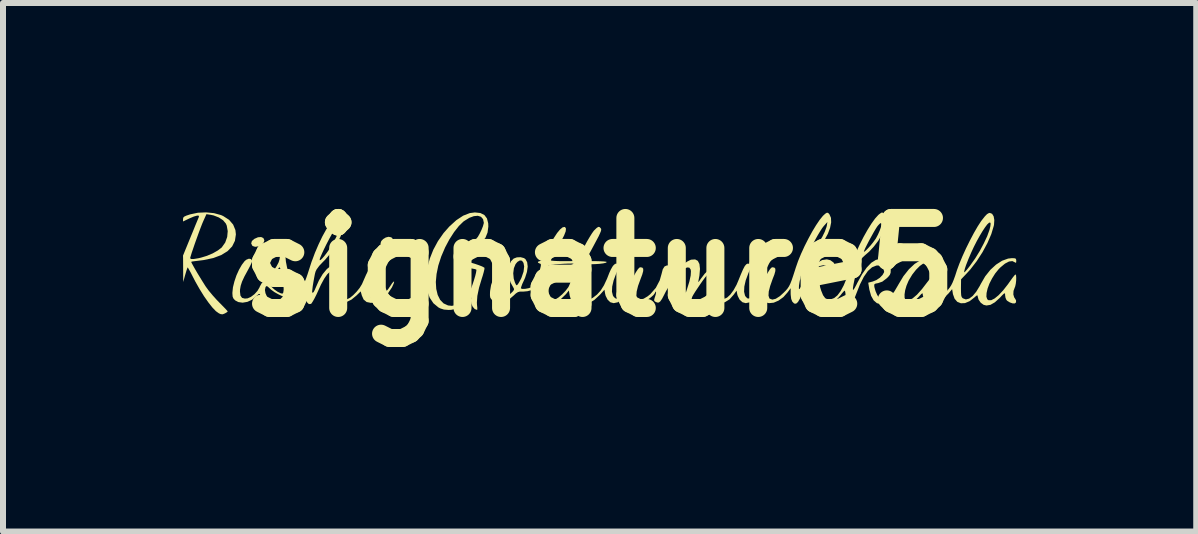
<source format=kicad_pcb>
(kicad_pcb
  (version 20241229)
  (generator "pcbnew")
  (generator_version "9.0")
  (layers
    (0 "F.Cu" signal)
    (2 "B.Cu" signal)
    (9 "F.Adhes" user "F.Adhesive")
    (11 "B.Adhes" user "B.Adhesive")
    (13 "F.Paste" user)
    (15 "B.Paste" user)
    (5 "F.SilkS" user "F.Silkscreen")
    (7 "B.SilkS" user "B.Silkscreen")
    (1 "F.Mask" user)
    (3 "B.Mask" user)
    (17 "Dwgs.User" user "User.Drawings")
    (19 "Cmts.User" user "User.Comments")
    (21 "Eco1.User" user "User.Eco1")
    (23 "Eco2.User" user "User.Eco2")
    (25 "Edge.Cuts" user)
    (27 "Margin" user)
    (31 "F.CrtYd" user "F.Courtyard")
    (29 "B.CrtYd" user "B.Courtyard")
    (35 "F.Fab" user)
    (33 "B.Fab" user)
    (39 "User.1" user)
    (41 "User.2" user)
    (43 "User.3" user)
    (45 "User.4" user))
  (footprint "signature5"
    (layer "F.Cu")
    (at 6.943 1.404)
    (property "Reference" "signature5" (at 0 0 0) (layer "F.SilkS") (effects (font (size 1.5 1.5) (thickness 0.3))))
    (attr board_only exclude_from_pos_files exclude_from_bom)
    (fp_poly (pts (xy -5.604 -0.487) (xy -5.588 -0.451) (xy -5.588 -0.445) (xy -5.603 -0.404) (xy -5.641 -0.37) (xy -5.69 -0.348) (xy -5.741 -0.341) (xy -5.782 -0.354) (xy -5.788 -0.359) (xy -5.807 -0.397) (xy -5.795 -0.438) (xy -5.753 -0.474) (xy -5.694 -0.5) (xy -5.642 -0.504)) (stroke (width 0) (type solid)) (fill yes) (layer "F.SilkS"))
    (fp_poly (pts (xy -3.476 -0.5) (xy -3.458 -0.488) (xy -3.439 -0.453) (xy -3.45 -0.415) (xy -3.479 -0.38) (xy -3.526 -0.35) (xy -3.578 -0.339) (xy -3.624 -0.35) (xy -3.64 -0.363) (xy -3.652 -0.399) (xy -3.639 -0.437) (xy -3.607 -0.471) (xy -3.565 -0.496) (xy -3.518 -0.508)) (stroke (width 0) (type solid)) (fill yes) (layer "F.SilkS"))
    (fp_poly (pts (xy -6.428 -0.902) (xy -6.31 -0.87) (xy -6.274 -0.854) (xy -6.176 -0.791) (xy -6.108 -0.712) (xy -6.07 -0.62) (xy -6.062 -0.548) (xy -6.078 -0.441) (xy -6.124 -0.348) (xy -6.2 -0.269) (xy -6.305 -0.204) (xy -6.438 -0.154) (xy -6.6 -0.12) (xy -6.688 -0.109) (xy -6.747 -0.102) (xy -6.789 -0.096) (xy -6.807 -0.09) (xy -6.807 -0.09) (xy -6.799 -0.071) (xy -6.776 -0.029) (xy -6.743 0.03) (xy -6.703 0.098) (xy -6.659 0.17) (xy -6.616 0.24) (xy -6.577 0.302) (xy -6.564 0.322) (xy -6.515 0.389) (xy -6.45 0.467) (xy -6.38 0.545) (xy -6.338 0.588) (xy -6.283 0.644) (xy -6.238 0.69) (xy -6.208 0.723) (xy -6.198 0.736) (xy -6.211 0.749) (xy -6.243 0.768) (xy -6.245 0.769) (xy -6.282 0.784) (xy -6.315 0.781) (xy -6.346 0.767) (xy -6.395 0.732) (xy -6.455 0.669) (xy -6.522 0.584) (xy -6.594 0.481) (xy -6.667 0.363) (xy -6.739 0.236) (xy -6.781 0.155) (xy -6.814 0.09) (xy -6.842 0.04) (xy -6.86 0.009) (xy -6.867 0.003) (xy -6.874 0.021) (xy -6.888 0.063) (xy -6.905 0.121) (xy -6.907 0.127) (xy -6.94 0.246) (xy -6.941 0.025) (xy -6.942 -0.15) (xy -6.824 -0.15) (xy -6.808 -0.138) (xy -6.762 -0.138) (xy -6.684 -0.151) (xy -6.642 -0.161) (xy -6.544 -0.191) (xy -6.447 -0.232) (xy -6.363 -0.28) (xy -6.3 -0.328) (xy -6.296 -0.333) (xy -6.24 -0.412) (xy -6.207 -0.505) (xy -6.198 -0.602) (xy -6.214 -0.693) (xy -6.229 -0.728) (xy -6.275 -0.783) (xy -6.346 -0.83) (xy -6.433 -0.864) (xy -6.481 -0.874) (xy -6.553 -0.885) (xy -6.604 -0.772) (xy -6.624 -0.725) (xy -6.65 -0.658) (xy -6.68 -0.578) (xy -6.712 -0.489) (xy -6.744 -0.4) (xy -6.773 -0.315) (xy -6.798 -0.242) (xy -6.815 -0.186) (xy -6.824 -0.154) (xy -6.824 -0.15) (xy -6.942 -0.15) (xy -6.943 -0.195) (xy -6.815 -0.508) (xy -6.775 -0.605) (xy -6.74 -0.692) (xy -6.71 -0.764) (xy -6.689 -0.815) (xy -6.678 -0.841) (xy -6.678 -0.842) (xy -6.68 -0.86) (xy -6.708 -0.861) (xy -6.761 -0.846) (xy -6.834 -0.815) (xy -6.837 -0.814) (xy -6.943 -0.763) (xy -6.943 -0.805) (xy -6.939 -0.827) (xy -6.923 -0.844) (xy -6.889 -0.86) (xy -6.829 -0.88) (xy -6.823 -0.882) (xy -6.694 -0.909) (xy -6.559 -0.915)) (stroke (width 0) (type solid)) (fill yes) (layer "F.SilkS"))
    (fp_poly (pts (xy -1.988 -0.904) (xy -1.921 -0.871) (xy -1.878 -0.814) (xy -1.857 -0.732) (xy -1.855 -0.679) (xy -1.868 -0.579) (xy -1.903 -0.492) (xy -1.958 -0.426) (xy -1.968 -0.418) (xy -2.01 -0.398) (xy -2.048 -0.397) (xy -2.074 -0.412) (xy -2.081 -0.437) (xy -2.063 -0.469) (xy -2.055 -0.476) (xy -2.029 -0.508) (xy -1.999 -0.561) (xy -1.969 -0.623) (xy -1.945 -0.683) (xy -1.932 -0.73) (xy -1.93 -0.742) (xy -1.943 -0.802) (xy -1.977 -0.841) (xy -2.03 -0.858) (xy -2.096 -0.852) (xy -2.172 -0.824) (xy -2.254 -0.773) (xy -2.27 -0.762) (xy -2.346 -0.688) (xy -2.426 -0.586) (xy -2.505 -0.463) (xy -2.575 -0.331) (xy -2.641 -0.177) (xy -2.689 -0.028) (xy -2.718 0.113) (xy -2.73 0.244) (xy -2.723 0.361) (xy -2.699 0.461) (xy -2.658 0.543) (xy -2.601 0.602) (xy -2.527 0.636) (xy -2.464 0.643) (xy -2.379 0.627) (xy -2.298 0.577) (xy -2.224 0.496) (xy -2.158 0.387) (xy -2.138 0.341) (xy -2.116 0.28) (xy -2.094 0.213) (xy -2.074 0.147) (xy -2.06 0.09) (xy -2.054 0.051) (xy -2.055 0.039) (xy -2.079 0.03) (xy -2.126 0.021) (xy -2.186 0.013) (xy -2.248 0.009) (xy -2.3 0.008) (xy -2.324 0.01) (xy -2.37 0.013) (xy -2.385 0.002) (xy -2.374 -0.028) (xy -2.362 -0.046) (xy -2.329 -0.078) (xy -2.282 -0.093) (xy -2.218 -0.091) (xy -2.132 -0.073) (xy -2.08 -0.058) (xy -2.013 -0.035) (xy -1.959 -0.014) (xy -1.926 0.004) (xy -1.919 0.01) (xy -1.921 0.035) (xy -1.932 0.082) (xy -1.95 0.145) (xy -1.962 0.181) (xy -2.01 0.341) (xy -2.038 0.476) (xy -2.046 0.587) (xy -2.044 0.627) (xy -2.039 0.675) (xy -2.04 0.705) (xy -2.042 0.711) (xy -2.082 0.696) (xy -2.116 0.657) (xy -2.139 0.605) (xy -2.146 0.55) (xy -2.143 0.531) (xy -2.139 0.509) (xy -2.146 0.506) (xy -2.166 0.523) (xy -2.206 0.563) (xy -2.207 0.563) (xy -2.294 0.64) (xy -2.379 0.687) (xy -2.471 0.709) (xy -2.518 0.711) (xy -2.595 0.705) (xy -2.657 0.685) (xy -2.687 0.669) (xy -2.77 0.6) (xy -2.831 0.509) (xy -2.871 0.401) (xy -2.891 0.277) (xy -2.89 0.142) (xy -2.87 0.000031) (xy -2.83 -0.146) (xy -2.772 -0.292) (xy -2.695 -0.435) (xy -2.601 -0.57) (xy -2.506 -0.678) (xy -2.388 -0.785) (xy -2.274 -0.86) (xy -2.164 -0.903) (xy -2.079 -0.914)) (stroke (width 0) (type solid)) (fill yes) (layer "F.SilkS"))
    (fp_poly (pts (xy -4.272 -0.894) (xy -4.258 -0.874) (xy -4.252 -0.838) (xy -4.253 -0.778) (xy -4.254 -0.754) (xy -4.275 -0.634) (xy -4.322 -0.503) (xy -4.391 -0.37) (xy -4.477 -0.241) (xy -4.577 -0.123) (xy -4.614 -0.086) (xy -4.673 -0.024) (xy -4.717 0.036) (xy -4.734 0.071) (xy -4.745 0.111) (xy -4.757 0.173) (xy -4.77 0.246) (xy -4.782 0.32) (xy -4.789 0.382) (xy -4.792 0.419) (xy -4.779 0.423) (xy -4.777 0.423) (xy -4.764 0.409) (xy -4.745 0.372) (xy -4.733 0.343) (xy -4.679 0.221) (xy -4.616 0.115) (xy -4.547 0.031) (xy -4.476 -0.027) (xy -4.446 -0.043) (xy -4.38 -0.064) (xy -4.329 -0.061) (xy -4.282 -0.034) (xy -4.266 -0.018) (xy -4.234 0.02) (xy -4.22 0.06) (xy -4.216 0.115) (xy -4.223 0.182) (xy -4.242 0.262) (xy -4.259 0.312) (xy -4.289 0.406) (xy -4.298 0.475) (xy -4.286 0.518) (xy -4.253 0.536) (xy -4.205 0.531) (xy -4.161 0.509) (xy -4.107 0.465) (xy -4.051 0.408) (xy -4 0.345) (xy -3.963 0.285) (xy -3.956 0.27) (xy -3.892 0.124) (xy -3.834 0.01) (xy -3.783 -0.073) (xy -3.737 -0.126) (xy -3.696 -0.148) (xy -3.676 -0.149) (xy -3.651 -0.132) (xy -3.647 -0.096) (xy -3.665 -0.038) (xy -3.705 0.043) (xy -3.725 0.078) (xy -3.79 0.205) (xy -3.831 0.312) (xy -3.847 0.399) (xy -3.838 0.466) (xy -3.816 0.5) (xy -3.771 0.523) (xy -3.715 0.519) (xy -3.652 0.489) (xy -3.587 0.437) (xy -3.525 0.365) (xy -3.494 0.32) (xy -3.457 0.264) (xy -3.433 0.238) (xy -3.424 0.241) (xy -3.433 0.273) (xy -3.46 0.332) (xy -3.46 0.333) (xy -3.523 0.428) (xy -3.601 0.506) (xy -3.687 0.561) (xy -3.777 0.59) (xy -3.814 0.593) (xy -3.883 0.579) (xy -3.933 0.538) (xy -3.963 0.471) (xy -3.982 0.402) (xy -4.053 0.471) (xy -4.136 0.539) (xy -4.217 0.579) (xy -4.292 0.589) (xy -4.358 0.569) (xy -4.375 0.558) (xy -4.408 0.515) (xy -4.42 0.456) (xy -4.41 0.375) (xy -4.394 0.315) (xy -4.374 0.229) (xy -4.369 0.155) (xy -4.378 0.099) (xy -4.401 0.068) (xy -4.401 0.068) (xy -4.446 0.057) (xy -4.491 0.072) (xy -4.539 0.116) (xy -4.589 0.188) (xy -4.645 0.291) (xy -4.683 0.375) (xy -4.72 0.456) (xy -4.755 0.525) (xy -4.785 0.577) (xy -4.805 0.606) (xy -4.809 0.61) (xy -4.845 0.614) (xy -4.874 0.587) (xy -4.895 0.532) (xy -4.907 0.453) (xy -4.908 0.448) (xy -4.915 0.339) (xy -4.972 0.389) (xy -5.024 0.426) (xy -5.081 0.454) (xy -5.092 0.458) (xy -5.157 0.494) (xy -5.19 0.531) (xy -5.246 0.589) (xy -5.32 0.627) (xy -5.404 0.643) (xy -5.488 0.636) (xy -5.548 0.611) (xy -5.604 0.567) (xy -5.642 0.516) (xy -5.656 0.47) (xy -5.662 0.444) (xy -5.683 0.447) (xy -5.72 0.479) (xy -5.725 0.485) (xy -5.792 0.54) (xy -5.869 0.576) (xy -5.949 0.59) (xy -6.021 0.58) (xy -6.074 0.552) (xy -6.102 0.522) (xy -6.116 0.49) (xy -6.12 0.442) (xy -6.12 0.421) (xy -6.111 0.334) (xy -6.087 0.237) (xy -6.053 0.136) (xy -6.01 0.041) (xy -5.963 -0.041) (xy -5.916 -0.103) (xy -5.888 -0.126) (xy -5.845 -0.143) (xy -5.81 -0.137) (xy -5.792 -0.112) (xy -5.791 -0.104) (xy -5.799 -0.077) (xy -5.821 -0.03) (xy -5.852 0.029) (xy -5.864 0.051) (xy -5.92 0.154) (xy -5.959 0.238) (xy -5.982 0.308) (xy -5.993 0.372) (xy -5.994 0.406) (xy -5.986 0.472) (xy -5.959 0.51) (xy -5.912 0.522) (xy -5.867 0.518) (xy -5.812 0.494) (xy -5.753 0.449) (xy -5.702 0.393) (xy -5.694 0.379) (xy -5.578 0.379) (xy -5.569 0.432) (xy -5.537 0.504) (xy -5.491 0.552) (xy -5.435 0.574) (xy -5.377 0.568) (xy -5.322 0.531) (xy -5.278 0.487) (xy -5.359 0.448) (xy -5.419 0.414) (xy -5.477 0.372) (xy -5.495 0.355) (xy -5.53 0.323) (xy -5.549 0.313) (xy -5.562 0.322) (xy -5.569 0.334) (xy -5.578 0.379) (xy -5.694 0.379) (xy -5.668 0.335) (xy -5.663 0.321) (xy -5.63 0.262) (xy -5.612 0.247) (xy -5.52 0.247) (xy -5.506 0.282) (xy -5.471 0.325) (xy -5.421 0.37) (xy -5.367 0.408) (xy -5.316 0.433) (xy -5.287 0.44) (xy -5.273 0.424) (xy -5.266 0.376) (xy -5.266 0.36) (xy -5.269 0.313) (xy -5.277 0.252) (xy -5.287 0.183) (xy -5.3 0.115) (xy -5.313 0.057) (xy -5.324 0.016) (xy -5.333 0.000035) (xy -5.333 0.000033) (xy -5.347 0.013) (xy -5.373 0.046) (xy -5.4 0.084) (xy -5.436 0.135) (xy -5.471 0.178) (xy -5.489 0.197) (xy -5.513 0.227) (xy -5.52 0.247) (xy -5.612 0.247) (xy -5.575 0.215) (xy -5.529 0.176) (xy -5.478 0.118) (xy -5.428 0.05) (xy -5.383 -0.019) (xy -5.35 -0.082) (xy -5.335 -0.131) (xy -5.334 -0.14) (xy -5.325 -0.2) (xy -5.3 -0.24) (xy -5.266 -0.254) (xy -5.247 -0.25) (xy -5.238 -0.231) (xy -5.235 -0.19) (xy -5.235 -0.164) (xy -5.228 -0.091) (xy -5.21 -0.00004) (xy -5.19 0.069) (xy -5.156 0.197) (xy -5.142 0.314) (xy -5.141 0.326) (xy -5.138 0.384) (xy -5.131 0.425) (xy -5.122 0.44) (xy -5.087 0.428) (xy -5.04 0.398) (xy -4.991 0.357) (xy -4.954 0.316) (xy -4.928 0.271) (xy -4.898 0.202) (xy -4.868 0.117) (xy -4.851 0.064) (xy -4.801 -0.091) (xy -4.784 -0.135) (xy -4.665 -0.135) (xy -4.664 -0.117) (xy -4.648 -0.123) (xy -4.621 -0.149) (xy -4.585 -0.191) (xy -4.544 -0.245) (xy -4.501 -0.307) (xy -4.46 -0.372) (xy -4.424 -0.436) (xy -4.376 -0.532) (xy -4.342 -0.613) (xy -4.32 -0.675) (xy -4.311 -0.717) (xy -4.315 -0.738) (xy -4.333 -0.733) (xy -4.365 -0.702) (xy -4.394 -0.665) (xy -4.424 -0.62) (xy -4.462 -0.554) (xy -4.506 -0.474) (xy -4.551 -0.388) (xy -4.593 -0.303) (xy -4.628 -0.227) (xy -4.654 -0.167) (xy -4.665 -0.135) (xy -4.784 -0.135) (xy -4.745 -0.24) (xy -4.684 -0.382) (xy -4.622 -0.512) (xy -4.558 -0.628) (xy -4.496 -0.728) (xy -4.436 -0.808) (xy -4.381 -0.866) (xy -4.331 -0.899) (xy -4.29 -0.904)) (stroke (width 0) (type solid)) (fill yes) (layer "F.SilkS"))
    (fp_poly (pts (xy 4.73 -0.896) (xy 4.735 -0.889) (xy 4.753 -0.842) (xy 4.757 -0.774) (xy 4.749 -0.694) (xy 4.729 -0.611) (xy 4.7 -0.539) (xy 4.644 -0.443) (xy 4.571 -0.347) (xy 4.492 -0.261) (xy 4.425 -0.203) (xy 4.38 -0.161) (xy 4.342 -0.106) (xy 4.309 -0.033) (xy 4.279 0.065) (xy 4.25 0.191) (xy 4.249 0.195) (xy 4.23 0.287) (xy 4.221 0.346) (xy 4.221 0.375) (xy 4.232 0.373) (xy 4.252 0.341) (xy 4.284 0.281) (xy 4.293 0.262) (xy 4.372 0.118) (xy 4.45 0.006) (xy 4.527 -0.075) (xy 4.603 -0.123) (xy 4.676 -0.138) (xy 4.746 -0.121) (xy 4.796 -0.086) (xy 4.832 -0.049) (xy 4.848 -0.011) (xy 4.851 0.042) (xy 4.849 0.091) (xy 4.836 0.126) (xy 4.807 0.162) (xy 4.78 0.187) (xy 4.71 0.24) (xy 4.64 0.264) (xy 4.639 0.264) (xy 4.595 0.273) (xy 4.577 0.286) (xy 4.576 0.313) (xy 4.58 0.336) (xy 4.598 0.399) (xy 4.624 0.459) (xy 4.654 0.507) (xy 4.683 0.531) (xy 4.683 0.531) (xy 4.74 0.541) (xy 4.797 0.524) (xy 4.853 0.478) (xy 4.912 0.402) (xy 4.975 0.295) (xy 4.978 0.289) (xy 5.062 0.149) (xy 5.154 0.033) (xy 5.25 -0.057) (xy 5.349 -0.118) (xy 5.448 -0.149) (xy 5.491 -0.152) (xy 5.556 -0.144) (xy 5.614 -0.121) (xy 5.653 -0.09) (xy 5.662 -0.075) (xy 5.672 -0.026) (xy 5.669 0.025) (xy 5.654 0.062) (xy 5.652 0.064) (xy 5.62 0.085) (xy 5.598 0.074) (xy 5.588 0.033) (xy 5.588 0.018) (xy 5.578 -0.046) (xy 5.551 -0.086) (xy 5.51 -0.101) (xy 5.458 -0.095) (xy 5.399 -0.067) (xy 5.336 -0.022) (xy 5.272 0.042) (xy 5.21 0.121) (xy 5.154 0.214) (xy 5.145 0.232) (xy 5.113 0.308) (xy 5.091 0.384) (xy 5.081 0.453) (xy 5.082 0.508) (xy 5.095 0.542) (xy 5.104 0.547) (xy 5.154 0.549) (xy 5.215 0.519) (xy 5.288 0.457) (xy 5.372 0.363) (xy 5.444 0.269) (xy 5.5 0.197) (xy 5.54 0.15) (xy 5.571 0.126) (xy 5.595 0.123) (xy 5.616 0.137) (xy 5.621 0.142) (xy 5.628 0.162) (xy 5.622 0.193) (xy 5.601 0.242) (xy 5.58 0.284) (xy 5.551 0.346) (xy 5.53 0.403) (xy 5.52 0.442) (xy 5.52 0.445) (xy 5.53 0.486) (xy 5.553 0.523) (xy 5.581 0.541) (xy 5.586 0.542) (xy 5.615 0.531) (xy 5.66 0.503) (xy 5.712 0.465) (xy 5.761 0.423) (xy 5.799 0.383) (xy 5.802 0.379) (xy 5.834 0.338) (xy 5.858 0.301) (xy 5.879 0.26) (xy 5.9 0.209) (xy 5.925 0.14) (xy 5.943 0.084) (xy 6.075 0.084) (xy 6.076 0.085) (xy 6.092 0.072) (xy 6.122 0.038) (xy 6.16 -0.01) (xy 6.175 -0.03) (xy 6.258 -0.147) (xy 6.335 -0.272) (xy 6.402 -0.398) (xy 6.458 -0.517) (xy 6.496 -0.622) (xy 6.511 -0.682) (xy 6.516 -0.728) (xy 6.507 -0.747) (xy 6.488 -0.741) (xy 6.459 -0.714) (xy 6.423 -0.666) (xy 6.381 -0.603) (xy 6.335 -0.526) (xy 6.286 -0.438) (xy 6.237 -0.342) (xy 6.19 -0.241) (xy 6.146 -0.138) (xy 6.106 -0.036) (xy 6.087 0.021) (xy 6.076 0.064) (xy 6.075 0.084) (xy 5.943 0.084) (xy 5.955 0.047) (xy 5.995 -0.061) (xy 6.046 -0.184) (xy 6.106 -0.316) (xy 6.171 -0.447) (xy 6.237 -0.572) (xy 6.3 -0.681) (xy 6.357 -0.769) (xy 6.371 -0.787) (xy 6.42 -0.849) (xy 6.456 -0.886) (xy 6.486 -0.903) (xy 6.502 -0.906) (xy 6.54 -0.891) (xy 6.566 -0.849) (xy 6.577 -0.787) (xy 6.572 -0.711) (xy 6.568 -0.69) (xy 6.527 -0.553) (xy 6.463 -0.405) (xy 6.38 -0.251) (xy 6.283 -0.101) (xy 6.176 0.038) (xy 6.107 0.113) (xy 6.023 0.201) (xy 6.021 0.347) (xy 6.022 0.42) (xy 6.025 0.467) (xy 6.033 0.495) (xy 6.047 0.513) (xy 6.054 0.518) (xy 6.103 0.536) (xy 6.158 0.522) (xy 6.216 0.479) (xy 6.276 0.407) (xy 6.335 0.31) (xy 6.352 0.277) (xy 6.425 0.151) (xy 6.512 0.042) (xy 6.607 -0.045) (xy 6.707 -0.109) (xy 6.807 -0.145) (xy 6.871 -0.152) (xy 6.916 -0.15) (xy 6.937 -0.141) (xy 6.942 -0.118) (xy 6.943 -0.107) (xy 6.94 -0.077) (xy 6.928 -0.076) (xy 6.922 -0.081) (xy 6.878 -0.103) (xy 6.822 -0.096) (xy 6.755 -0.061) (xy 6.681 0.000348) (xy 6.651 0.03) (xy 6.591 0.104) (xy 6.539 0.187) (xy 6.496 0.271) (xy 6.465 0.354) (xy 6.448 0.429) (xy 6.445 0.49) (xy 6.459 0.533) (xy 6.48 0.549) (xy 6.525 0.549) (xy 6.582 0.52) (xy 6.649 0.465) (xy 6.724 0.385) (xy 6.804 0.283) (xy 6.845 0.225) (xy 6.881 0.175) (xy 6.911 0.137) (xy 6.929 0.119) (xy 6.93 0.119) (xy 6.939 0.133) (xy 6.942 0.171) (xy 6.941 0.221) (xy 6.935 0.274) (xy 6.925 0.319) (xy 6.917 0.339) (xy 6.897 0.394) (xy 6.894 0.453) (xy 6.908 0.501) (xy 6.917 0.514) (xy 6.939 0.55) (xy 6.939 0.584) (xy 6.92 0.602) (xy 6.883 0.602) (xy 6.836 0.586) (xy 6.794 0.56) (xy 6.779 0.545) (xy 6.763 0.507) (xy 6.757 0.466) (xy 6.756 0.442) (xy 6.75 0.433) (xy 6.734 0.442) (xy 6.704 0.471) (xy 6.667 0.511) (xy 6.586 0.584) (xy 6.513 0.626) (xy 6.446 0.637) (xy 6.399 0.626) (xy 6.351 0.591) (xy 6.314 0.538) (xy 6.299 0.481) (xy 6.299 0.48) (xy 6.294 0.467) (xy 6.277 0.475) (xy 6.244 0.504) (xy 6.166 0.565) (xy 6.089 0.597) (xy 6.02 0.6) (xy 5.96 0.576) (xy 5.915 0.524) (xy 5.887 0.446) (xy 5.886 0.437) (xy 5.874 0.364) (xy 5.814 0.436) (xy 5.74 0.509) (xy 5.657 0.563) (xy 5.574 0.594) (xy 5.535 0.599) (xy 5.482 0.594) (xy 5.444 0.573) (xy 5.425 0.553) (xy 5.398 0.509) (xy 5.385 0.464) (xy 5.385 0.461) (xy 5.383 0.439) (xy 5.376 0.434) (xy 5.358 0.448) (xy 5.324 0.485) (xy 5.308 0.503) (xy 5.238 0.57) (xy 5.169 0.614) (xy 5.159 0.618) (xy 5.11 0.634) (xy 5.074 0.637) (xy 5.035 0.625) (xy 5.024 0.62) (xy 4.974 0.589) (xy 4.951 0.547) (xy 4.938 0.501) (xy 4.922 0.485) (xy 4.897 0.499) (xy 4.871 0.523) (xy 4.82 0.563) (xy 4.763 0.596) (xy 4.754 0.601) (xy 4.683 0.615) (xy 4.62 0.598) (xy 4.566 0.551) (xy 4.524 0.476) (xy 4.495 0.374) (xy 4.491 0.35) (xy 4.476 0.257) (xy 4.552 0.237) (xy 4.612 0.213) (xy 4.669 0.175) (xy 4.714 0.129) (xy 4.739 0.085) (xy 4.741 0.069) (xy 4.73 0.032) (xy 4.706 -0.002) (xy 4.67 -0.027) (xy 4.626 -0.03) (xy 4.61 -0.028) (xy 4.539 0.000456) (xy 4.47 0.062) (xy 4.403 0.158) (xy 4.337 0.288) (xy 4.275 0.446) (xy 4.245 0.523) (xy 4.218 0.571) (xy 4.191 0.596) (xy 4.189 0.597) (xy 4.145 0.605) (xy 4.116 0.584) (xy 4.101 0.533) (xy 4.098 0.481) (xy 4.096 0.43) (xy 4.089 0.397) (xy 4.084 0.389) (xy 4.067 0.402) (xy 4.038 0.435) (xy 4.016 0.464) (xy 3.946 0.542) (xy 3.869 0.593) (xy 3.79 0.614) (xy 3.782 0.615) (xy 3.72 0.6) (xy 3.666 0.555) (xy 3.621 0.481) (xy 3.599 0.421) (xy 3.58 0.349) (xy 3.574 0.302) (xy 3.584 0.271) (xy 3.613 0.25) (xy 3.66 0.231) (xy 3.718 0.206) (xy 3.768 0.175) (xy 3.787 0.16) (xy 3.818 0.111) (xy 3.825 0.058) (xy 3.809 0.01) (xy 3.773 -0.023) (xy 3.727 -0.034) (xy 3.657 -0.018) (xy 3.589 0.031) (xy 3.523 0.113) (xy 3.458 0.228) (xy 3.395 0.377) (xy 3.376 0.428) (xy 3.339 0.52) (xy 3.305 0.579) (xy 3.273 0.607) (xy 3.241 0.604) (xy 3.21 0.572) (xy 3.192 0.527) (xy 3.184 0.46) (xy 3.183 0.442) (xy 3.183 0.349) (xy 3.133 0.417) (xy 3.062 0.497) (xy 2.982 0.555) (xy 2.901 0.59) (xy 2.822 0.598) (xy 2.77 0.586) (xy 2.732 0.565) (xy 2.709 0.537) (xy 2.696 0.491) (xy 2.689 0.434) (xy 2.684 0.386) (xy 2.63 0.463) (xy 2.566 0.539) (xy 2.502 0.584) (xy 2.435 0.598) (xy 2.434 0.598) (xy 2.38 0.583) (xy 2.333 0.54) (xy 2.301 0.477) (xy 2.293 0.449) (xy 2.282 0.39) (xy 2.235 0.455) (xy 2.164 0.535) (xy 2.088 0.582) (xy 2.006 0.599) (xy 2.003 0.6) (xy 1.938 0.591) (xy 1.894 0.563) (xy 1.871 0.512) (xy 1.867 0.437) (xy 1.883 0.336) (xy 1.904 0.256) (xy 1.918 0.181) (xy 1.911 0.13) (xy 1.882 0.105) (xy 1.857 0.102) (xy 1.817 0.114) (xy 1.782 0.14) (xy 1.755 0.173) (xy 1.718 0.223) (xy 1.676 0.283) (xy 1.633 0.347) (xy 1.593 0.407) (xy 1.562 0.457) (xy 1.544 0.49) (xy 1.541 0.499) (xy 1.527 0.541) (xy 1.493 0.572) (xy 1.451 0.58) (xy 1.448 0.58) (xy 1.424 0.572) (xy 1.411 0.557) (xy 1.409 0.529) (xy 1.419 0.483) (xy 1.44 0.413) (xy 1.455 0.367) (xy 1.495 0.239) (xy 1.517 0.137) (xy 1.521 0.064) (xy 1.516 0.036) (xy 1.494 0.006) (xy 1.458 0.003) (xy 1.411 0.024) (xy 1.356 0.066) (xy 1.295 0.127) (xy 1.232 0.204) (xy 1.169 0.294) (xy 1.108 0.394) (xy 1.078 0.453) (xy 1.041 0.524) (xy 1.012 0.567) (xy 0.987 0.587) (xy 0.96 0.588) (xy 0.931 0.576) (xy 0.912 0.562) (xy 0.908 0.543) (xy 0.917 0.508) (xy 0.924 0.488) (xy 0.936 0.448) (xy 0.94 0.417) (xy 0.938 0.403) (xy 0.929 0.413) (xy 0.921 0.43) (xy 0.897 0.463) (xy 0.852 0.503) (xy 0.795 0.543) (xy 0.737 0.576) (xy 0.692 0.593) (xy 0.633 0.602) (xy 0.578 0.59) (xy 0.568 0.586) (xy 0.531 0.565) (xy 0.508 0.537) (xy 0.494 0.49) (xy 0.487 0.434) (xy 0.483 0.386) (xy 0.429 0.463) (xy 0.365 0.539) (xy 0.301 0.584) (xy 0.234 0.598) (xy 0.233 0.598) (xy 0.178 0.583) (xy 0.132 0.539) (xy 0.1 0.476) (xy 0.091 0.44) (xy 0.08 0.374) (xy 0.006 0.457) (xy -0.089 0.545) (xy -0.185 0.603) (xy -0.28 0.631) (xy -0.372 0.627) (xy -0.382 0.624) (xy -0.438 0.597) (xy -0.476 0.548) (xy -0.499 0.473) (xy -0.501 0.46) (xy -0.513 0.387) (xy -0.562 0.448) (xy -0.642 0.526) (xy -0.731 0.584) (xy -0.824 0.62) (xy -0.913 0.63) (xy -0.958 0.624) (xy -1.019 0.596) (xy -1.057 0.548) (xy -1.077 0.475) (xy -1.08 0.45) (xy -1.083 0.42) (xy -0.954 0.42) (xy -0.943 0.487) (xy -0.924 0.523) (xy -0.876 0.553) (xy -0.81 0.556) (xy -0.737 0.535) (xy -0.685 0.503) (xy -0.625 0.452) (xy -0.568 0.392) (xy -0.523 0.333) (xy -0.513 0.315) (xy -0.495 0.273) (xy -0.473 0.214) (xy -0.45 0.146) (xy -0.429 0.077) (xy -0.412 0.016) (xy -0.401 -0.031) (xy -0.4 -0.054) (xy -0.4 -0.054) (xy -0.42 -0.06) (xy -0.466 -0.062) (xy -0.53 -0.061) (xy -0.603 -0.058) (xy -0.68 -0.053) (xy -0.75 -0.047) (xy -0.807 -0.039) (xy -0.843 -0.031) (xy -0.851 -0.027) (xy -0.862 -0.003) (xy -0.879 0.044) (xy -0.9 0.106) (xy -0.907 0.127) (xy -0.936 0.234) (xy -0.952 0.334) (xy -0.954 0.42) (xy -1.083 0.42) (xy -1.088 0.359) (xy -1.147 0.384) (xy -1.203 0.399) (xy -1.268 0.405) (xy -1.285 0.405) (xy -1.329 0.405) (xy -1.362 0.414) (xy -1.396 0.436) (xy -1.441 0.478) (xy -1.446 0.482) (xy -1.534 0.556) (xy -1.613 0.598) (xy -1.685 0.607) (xy -1.749 0.585) (xy -1.782 0.558) (xy -1.809 0.528) (xy -1.824 0.502) (xy -1.828 0.467) (xy -1.827 0.413) (xy -1.825 0.391) (xy -1.809 0.295) (xy -1.778 0.207) (xy -1.736 0.13) (xy -1.686 0.073) (xy -1.631 0.04) (xy -1.599 0.034) (xy -1.56 0.034) (xy -1.601 0.106) (xy -1.635 0.175) (xy -1.665 0.253) (xy -1.688 0.33) (xy -1.701 0.396) (xy -1.701 0.443) (xy -1.679 0.497) (xy -1.642 0.52) (xy -1.592 0.513) (xy -1.528 0.475) (xy -1.488 0.442) (xy -1.447 0.403) (xy -1.428 0.377) (xy -1.428 0.358) (xy -1.435 0.344) (xy -1.485 0.253) (xy -1.514 0.156) (xy -1.519 0.1) (xy -1.44 0.1) (xy -1.432 0.188) (xy -1.413 0.25) (xy -1.395 0.289) (xy -1.383 0.301) (xy -1.368 0.289) (xy -1.36 0.279) (xy -1.338 0.243) (xy -1.311 0.192) (xy -1.302 0.172) (xy -1.268 0.073) (xy -1.258 -0.014) (xy -1.269 -0.073) (xy -1.294 -0.109) (xy -1.329 -0.114) (xy -1.37 -0.09) (xy -1.401 -0.053) (xy -1.429 0.015) (xy -1.44 0.1) (xy -1.519 0.1) (xy -1.523 0.061) (xy -1.511 -0.026) (xy -1.478 -0.099) (xy -1.433 -0.145) (xy -1.38 -0.165) (xy -1.318 -0.168) (xy -1.261 -0.153) (xy -1.236 -0.135) (xy -1.208 -0.084) (xy -1.199 -0.012) (xy -1.211 0.076) (xy -1.242 0.174) (xy -1.262 0.219) (xy -1.289 0.277) (xy -1.306 0.324) (xy -1.313 0.35) (xy -1.312 0.353) (xy -1.285 0.361) (xy -1.238 0.359) (xy -1.184 0.349) (xy -1.137 0.332) (xy -1.136 0.331) (xy -1.11 0.316) (xy -1.09 0.299) (xy -1.073 0.272) (xy -1.056 0.231) (xy -1.035 0.17) (xy -1.01 0.087) (xy -0.99 0.019) (xy -0.98 -0.023) (xy -0.979 -0.047) (xy -0.986 -0.058) (xy -1 -0.063) (xy -1.029 -0.078) (xy -1.026 -0.093) (xy -0.993 -0.104) (xy -0.99 -0.105) (xy -0.969 -0.112) (xy -0.948 -0.13) (xy -0.925 -0.166) (xy -0.896 -0.225) (xy -0.875 -0.272) (xy -0.818 -0.389) (xy -0.762 -0.49) (xy -0.708 -0.572) (xy -0.659 -0.631) (xy -0.616 -0.666) (xy -0.582 -0.672) (xy -0.576 -0.669) (xy -0.561 -0.644) (xy -0.566 -0.598) (xy -0.592 -0.531) (xy -0.63 -0.457) (xy -0.69 -0.349) (xy -0.735 -0.266) (xy -0.768 -0.205) (xy -0.791 -0.164) (xy -0.804 -0.137) (xy -0.811 -0.122) (xy -0.812 -0.114) (xy -0.797 -0.11) (xy -0.753 -0.106) (xy -0.688 -0.103) (xy -0.608 -0.102) (xy -0.584 -0.102) (xy -0.488 -0.102) (xy -0.422 -0.105) (xy -0.381 -0.109) (xy -0.36 -0.116) (xy -0.356 -0.124) (xy -0.347 -0.155) (xy -0.325 -0.208) (xy -0.292 -0.276) (xy -0.252 -0.352) (xy -0.21 -0.43) (xy -0.167 -0.503) (xy -0.129 -0.564) (xy -0.099 -0.606) (xy -0.092 -0.614) (xy -0.05 -0.655) (xy -0.023 -0.673) (xy -0.003 -0.671) (xy 0.017 -0.652) (xy 0.017 -0.652) (xy 0.024 -0.64) (xy 0.026 -0.625) (xy 0.021 -0.602) (xy 0.007 -0.568) (xy -0.016 -0.518) (xy -0.052 -0.45) (xy -0.101 -0.358) (xy -0.15 -0.267) (xy -0.24 -0.102) (xy -0.061 -0.102) (xy 0.013 -0.1) (xy 0.071 -0.097) (xy 0.109 -0.092) (xy 0.119 -0.087) (xy 0.103 -0.075) (xy 0.06 -0.065) (xy -0.004 -0.057) (xy -0.082 -0.052) (xy -0.144 -0.051) (xy -0.21 -0.047) (xy -0.254 -0.038) (xy -0.266 -0.03) (xy -0.289 0.012) (xy -0.313 0.079) (xy -0.336 0.159) (xy -0.354 0.244) (xy -0.366 0.324) (xy -0.368 0.342) (xy -0.371 0.415) (xy -0.369 0.464) (xy -0.359 0.499) (xy -0.349 0.516) (xy -0.308 0.551) (xy -0.249 0.56) (xy -0.178 0.542) (xy -0.114 0.509) (xy -0.044 0.455) (xy 0.017 0.388) (xy 0.071 0.302) (xy 0.123 0.191) (xy 0.16 0.096) (xy 0.186 0.038) (xy 0.215 -0.013) (xy 0.227 -0.029) (xy 0.257 -0.057) (xy 0.282 -0.061) (xy 0.3 -0.053) (xy 0.316 -0.043) (xy 0.323 -0.03) (xy 0.32 -0.008) (xy 0.306 0.032) (xy 0.28 0.094) (xy 0.276 0.103) (xy 0.233 0.219) (xy 0.209 0.321) (xy 0.205 0.407) (xy 0.221 0.471) (xy 0.233 0.49) (xy 0.261 0.518) (xy 0.286 0.521) (xy 0.311 0.512) (xy 0.357 0.477) (xy 0.413 0.41) (xy 0.477 0.312) (xy 0.55 0.183) (xy 0.559 0.165) (xy 0.604 0.083) (xy 0.639 0.03) (xy 0.665 0.004) (xy 0.676 0) (xy 0.71 0.005) (xy 0.726 0.025) (xy 0.726 0.062) (xy 0.71 0.121) (xy 0.682 0.195) (xy 0.64 0.311) (xy 0.617 0.404) (xy 0.612 0.473) (xy 0.626 0.516) (xy 0.632 0.523) (xy 0.676 0.538) (xy 0.733 0.524) (xy 0.8 0.484) (xy 0.843 0.449) (xy 0.936 0.343) (xy 1.001 0.219) (xy 1.032 0.11) (xy 1.052 0.033) (xy 1.082 -0.014) (xy 1.122 -0.031) (xy 1.143 -0.03) (xy 1.165 -0.021) (xy 1.175 0.006) (xy 1.176 0.042) (xy 1.172 0.105) (xy 1.164 0.165) (xy 1.163 0.169) (xy 1.155 0.207) (xy 1.158 0.215) (xy 1.173 0.199) (xy 1.176 0.195) (xy 1.201 0.163) (xy 1.237 0.116) (xy 1.266 0.079) (xy 1.325 0.013) (xy 1.393 -0.048) (xy 1.46 -0.096) (xy 1.519 -0.125) (xy 1.528 -0.127) (xy 1.591 -0.131) (xy 1.636 -0.107) (xy 1.663 -0.054) (xy 1.672 0.027) (xy 1.663 0.136) (xy 1.649 0.212) (xy 1.644 0.24) (xy 1.647 0.246) (xy 1.663 0.226) (xy 1.684 0.195) (xy 1.751 0.107) (xy 1.813 0.047) (xy 1.874 0.013) (xy 1.941 0.000289) (xy 1.954 0) (xy 2.013 0.013) (xy 2.049 0.051) (xy 2.064 0.114) (xy 2.055 0.202) (xy 2.032 0.291) (xy 2.006 0.39) (xy 1.999 0.461) (xy 2.012 0.507) (xy 2.029 0.523) (xy 2.073 0.529) (xy 2.124 0.505) (xy 2.177 0.456) (xy 2.231 0.383) (xy 2.282 0.291) (xy 2.313 0.218) (xy 2.356 0.112) (xy 2.39 0.034) (xy 2.418 -0.019) (xy 2.443 -0.049) (xy 2.466 -0.061) (xy 2.491 -0.058) (xy 2.503 -0.052) (xy 2.518 -0.042) (xy 2.525 -0.029) (xy 2.521 -0.005) (xy 2.505 0.037) (xy 2.477 0.102) (xy 2.477 0.103) (xy 2.434 0.219) (xy 2.411 0.321) (xy 2.407 0.407) (xy 2.422 0.471) (xy 2.434 0.49) (xy 2.462 0.518) (xy 2.488 0.521) (xy 2.512 0.512) (xy 2.559 0.477) (xy 2.614 0.41) (xy 2.679 0.312) (xy 2.751 0.183) (xy 2.76 0.165) (xy 2.806 0.083) (xy 2.84 0.03) (xy 2.866 0.004) (xy 2.878 0) (xy 2.911 0.005) (xy 2.928 0.025) (xy 2.928 0.062) (xy 2.912 0.121) (xy 2.883 0.195) (xy 2.842 0.311) (xy 2.818 0.404) (xy 2.814 0.473) (xy 2.828 0.516) (xy 2.834 0.523) (xy 2.878 0.539) (xy 2.935 0.525) (xy 3.004 0.481) (xy 3.065 0.425) (xy 3.102 0.388) (xy 3.131 0.354) (xy 3.155 0.318) (xy 3.177 0.274) (xy 3.2 0.216) (xy 3.226 0.139) (xy 3.259 0.037) (xy 3.268 0.008) (xy 3.307 -0.104) (xy 3.357 -0.226) (xy 3.373 -0.26) (xy 3.501 -0.26) (xy 3.503 -0.254) (xy 3.522 -0.266) (xy 3.555 -0.297) (xy 3.595 -0.341) (xy 3.596 -0.341) (xy 3.654 -0.418) (xy 3.709 -0.505) (xy 3.752 -0.593) (xy 3.78 -0.67) (xy 3.786 -0.694) (xy 3.795 -0.754) (xy 3.735 -0.687) (xy 3.708 -0.652) (xy 3.674 -0.599) (xy 3.636 -0.536) (xy 3.597 -0.467) (xy 3.561 -0.399) (xy 3.531 -0.338) (xy 3.51 -0.289) (xy 3.501 -0.26) (xy 3.373 -0.26) (xy 3.415 -0.352) (xy 3.478 -0.476) (xy 3.542 -0.594) (xy 3.606 -0.7) (xy 3.666 -0.789) (xy 3.72 -0.856) (xy 3.76 -0.893) (xy 3.789 -0.91) (xy 3.81 -0.904) (xy 3.83 -0.881) (xy 3.855 -0.824) (xy 3.858 -0.748) (xy 3.84 -0.657) (xy 3.803 -0.558) (xy 3.746 -0.454) (xy 3.73 -0.43) (xy 3.676 -0.358) (xy 3.613 -0.288) (xy 3.549 -0.226) (xy 3.492 -0.182) (xy 3.476 -0.172) (xy 3.454 -0.146) (xy 3.429 -0.094) (xy 3.402 -0.024) (xy 3.376 0.059) (xy 3.353 0.146) (xy 3.334 0.23) (xy 3.322 0.304) (xy 3.32 0.352) (xy 3.324 0.365) (xy 3.336 0.355) (xy 3.358 0.318) (xy 3.392 0.252) (xy 3.399 0.238) (xy 3.474 0.104) (xy 3.551 -0.001) (xy 3.629 -0.076) (xy 3.708 -0.12) (xy 3.785 -0.132) (xy 3.844 -0.118) (xy 3.898 -0.079) (xy 3.932 -0.021) (xy 3.945 0.047) (xy 3.934 0.115) (xy 3.91 0.159) (xy 3.867 0.199) (xy 3.81 0.236) (xy 3.752 0.262) (xy 3.71 0.271) (xy 3.681 0.275) (xy 3.669 0.292) (xy 3.673 0.328) (xy 3.691 0.387) (xy 3.723 0.466) (xy 3.759 0.515) (xy 3.801 0.536) (xy 3.849 0.535) (xy 3.908 0.513) (xy 3.963 0.468) (xy 4.016 0.397) (xy 4.068 0.3) (xy 4.12 0.173) (xy 4.174 0.014) (xy 4.174 0.014) (xy 4.218 -0.111) (xy 4.271 -0.243) (xy 4.279 -0.26) (xy 4.403 -0.26) (xy 4.412 -0.26) (xy 4.437 -0.28) (xy 4.472 -0.316) (xy 4.513 -0.361) (xy 4.553 -0.41) (xy 4.588 -0.458) (xy 4.604 -0.481) (xy 4.639 -0.547) (xy 4.668 -0.613) (xy 4.688 -0.671) (xy 4.696 -0.715) (xy 4.69 -0.737) (xy 4.672 -0.73) (xy 4.644 -0.702) (xy 4.624 -0.677) (xy 4.599 -0.638) (xy 4.566 -0.582) (xy 4.529 -0.515) (xy 4.49 -0.444) (xy 4.455 -0.376) (xy 4.426 -0.318) (xy 4.408 -0.276) (xy 4.403 -0.26) (xy 4.279 -0.26) (xy 4.332 -0.375) (xy 4.397 -0.504) (xy 4.464 -0.623) (xy 4.529 -0.727) (xy 4.59 -0.812) (xy 4.644 -0.872) (xy 4.662 -0.887) (xy 4.695 -0.91) (xy 4.713 -0.913)) (stroke (width 0) (type solid)) (fill yes) (layer "F.SilkS")))
  (gr_rect
    (start -3 -3)
    (end 16.885 5.808)
    (stroke (width 0.1) (type default))
    (fill no)
    (layer "Edge.Cuts")))
</source>
